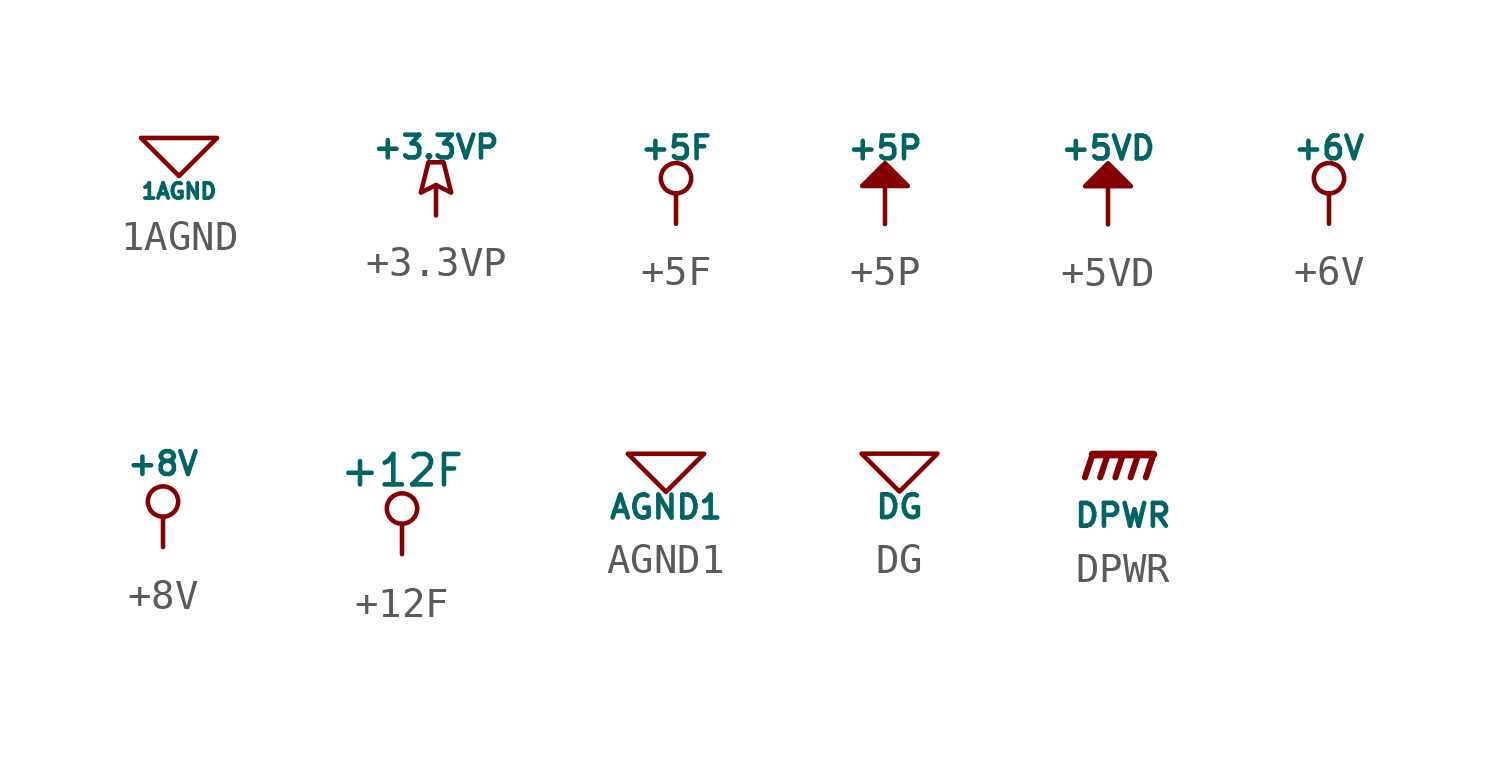
<source format=kicad_sym>
(kicad_symbol_lib
  (version 20211014)
  (generator kicad_symbol_editor)
  (symbol "1AGND"
    (pin_names
      (offset 0.254))
    (property "Reference" "#PWRA"
      (at 0 0 0)
      (effects (font (size 1.016 1.016)) hide))
    (property "Value" "1AGND"
      (at 0 -1.778 0)
      (effects (font (size 0.508 0.508))))
    (symbol "1AGND_0_1"
      (polyline (pts (xy -1.27 0) (xy 0 -1.27) (xy 1.27 0) (xy -1.27 0)) (stroke (width 0) (type default) (color 0 0 0 0)) (fill (type none))))
    (symbol "1AGND_1_1"
      (pin power_in line (at 0 0 90) (length 0) hide (name "1AGND" (effects (font (size 0.254 0.254)))) (number "1" (effects (font (size 0.254 0.254)))))))
  (symbol "+3.3VP"
    (power)
    (pin_names
      (offset 0))
    (property "Reference" "#PWR"
      (at 1.27 0.762 0)
      (effects (font (size 0.508 0.508)) hide))
    (property "Value" "+3.3VP"
      (at 0 2.286 0)
      (effects (font (size 0.762 0.762))))
    (symbol "+3.3VP_0_0"
      (pin power_in line (at 0 0 90) (length 0) hide (name "+3.3VP" (effects (font (size 0.508 0.508)))) (number "1" (effects (font (size 0.508 0.508))))))
    (symbol "+3.3VP_0_1"
      (polyline (pts (xy 0 0) (xy 0 1.016) (xy 0 1.016)) (stroke (width 0) (type default) (color 0 0 0 0)) (fill (type none)))
      (polyline (pts (xy 0.508 0.762) (xy 0 1.016) (xy -0.508 0.762) (xy -0.254 1.778) (xy 0.254 1.778) (xy 0.508 0.762) (xy 0.508 0.762)) (stroke (width 0) (type default) (color 0 0 0 0)) (fill (type none)))))
  (symbol "+5F"
    (power)
    (pin_names
      (offset 0))
    (property "Reference" "#PWR"
      (at 0 -1.27 0)
      (effects (font (size 0.508 0.508)) hide))
    (property "Value" "+5F"
      (at 0 2.54 0)
      (effects (font (size 0.762 0.762))))
    (symbol "+5F_0_0"
      (pin power_in line (at 0 0 90) (length 0) hide (name "+5F" (effects (font (size 0.762 0.762)))) (number "1" (effects (font (size 0.508 0.508))))))
    (symbol "+5F_0_1"
      (polyline (pts (xy 0 0) (xy 0 1.016) (xy 0 1.016)) (stroke (width 0) (type default) (color 0 0 0 0)) (fill (type none)))
      (circle (center 0 1.524) (radius 0.508) (stroke (width 0) (type default) (color 0 0 0 0)) (fill (type none)))))
  (symbol "+5P"
    (pin_names
      (offset 0))
    (property "Reference" "#PWR"
      (at 0 3.302 0)
      (effects (font (size 0.508 0.508)) hide))
    (property "Value" "+5P"
      (at 0 2.54 0)
      (effects (font (size 0.762 0.762))))
    (symbol "+5P_0_0"
      (pin power_in line (at 0 0 90) (length 0) hide (name "+5P" (effects (font (size 0.508 0.508)))) (number "1" (effects (font (size 0.508 0.508))))))
    (symbol "+5P_0_1"
      (polyline (pts (xy 0 0) (xy 0 1.27) (xy 0 1.27)) (stroke (width 0) (type default) (color 0 0 0 0)) (fill (type none)))
      (polyline (pts (xy 0 2.032) (xy 0.762 1.27) (xy -0.508 1.27) (xy -0.762 1.27) (xy 0 2.032) (xy 0 2.032) (xy 0 2.032)) (stroke (width 0) (type default) (color 0 0 0 0)) (fill (type outline)))))
  (symbol "+5VD"
    (power)
    (pin_numbers hide)
    (pin_names
      (offset 0))
    (property "Reference" "#PWR"
      (at 0 -1.27 0)
      (effects (font (size 0.508 0.508)) hide))
    (property "Value" "+5VD"
      (at 0 2.54 0)
      (effects (font (size 0.762 0.762))))
    (symbol "+5VD_0_0"
      (pin power_in line (at 0 0 90) (length 0) hide (name "+5VD" (effects (font (size 0.762 0.762)))) (number "1" (effects (font (size 0.508 0.508))))))
    (symbol "+5VD_0_1"
      (polyline (pts (xy 0 0) (xy 0 1.27) (xy 0 1.27)) (stroke (width 0) (type default) (color 0 0 0 0)) (fill (type none)))
      (polyline (pts (xy 0 2.032) (xy 0.762 1.27) (xy -0.508 1.27) (xy -0.762 1.27) (xy 0 2.032) (xy 0 2.032) (xy 0 2.032)) (stroke (width 0) (type default) (color 0 0 0 0)) (fill (type outline)))))
  (symbol "+6V"
    (pin_names
      (offset 0))
    (property "Reference" "#PWR"
      (at 0 3.302 0)
      (effects (font (size 0.508 0.508)) hide))
    (property "Value" "+6V"
      (at 0 2.54 0)
      (effects (font (size 0.762 0.762))))
    (symbol "+6V_0_0"
      (pin power_in line (at 0 0 90) (length 0) hide (name "+6V" (effects (font (size 0.508 0.508)))) (number "1" (effects (font (size 0.508 0.508))))))
    (symbol "+6V_0_1"
      (polyline (pts (xy 0 0) (xy 0 1.016) (xy 0 1.016)) (stroke (width 0) (type default) (color 0 0 0 0)) (fill (type none)))
      (circle (center 0 1.524) (radius 0.508) (stroke (width 0) (type default) (color 0 0 0 0)) (fill (type none)))))
  (symbol "+8V"
    (power)
    (pin_names
      (offset 0))
    (property "Reference" "#PWR"
      (at 0 -0.762 0)
      (effects (font (size 0.508 0.508)) hide))
    (property "Value" "+8V"
      (at 0 2.794 0)
      (effects (font (size 0.762 0.762))))
    (symbol "+8V_0_0"
      (pin power_in line (at 0 0 90) (length 0) hide (name "+8V" (effects (font (size 0.508 0.508)))) (number "1" (effects (font (size 0.254 0.254))))))
    (symbol "+8V_0_1"
      (polyline (pts (xy 0 0) (xy 0 1.016) (xy 0 1.016)) (stroke (width 0) (type default) (color 0 0 0 0)) (fill (type none)))
      (circle (center 0 1.524) (radius 0.508) (stroke (width 0) (type default) (color 0 0 0 0)) (fill (type none)))))
  (symbol "+12F"
    (power)
    (pin_numbers hide)
    (pin_names
      (offset 0))
    (property "Reference" "#PWR"
      (at 0 -0.762 0)
      (effects (font (size 0.762 0.762)) hide))
    (property "Value" "+12F"
      (at 0 2.794 0)
      (effects (font (size 1.016 1.016))))
    (symbol "+12F_0_0"
      (pin power_in line (at 0 0 90) (length 0) hide (name "+12F" (effects (font (size 0.762 0.762)))) (number "1" (effects (font (size 0.762 0.762))))))
    (symbol "+12F_0_1"
      (polyline (pts (xy 0 0) (xy 0 1.016) (xy 0 1.016)) (stroke (width 0) (type default) (color 0 0 0 0)) (fill (type none)))
      (circle (center 0 1.524) (radius 0.508) (stroke (width 0) (type default) (color 0 0 0 0)) (fill (type none)))))
  (symbol "AGND1"
    (pin_names
      (offset 1.016))
    (property "Reference" "#PWRA"
      (at 0 0 0)
      (effects (font (size 1.016 1.016)) hide))
    (property "Value" "AGND1"
      (at 0 -1.778 0)
      (effects (font (size 0.762 0.762))))
    (symbol "AGND1_0_1"
      (polyline (pts (xy -1.27 0) (xy 0 -1.27) (xy 1.27 0) (xy -1.27 0)) (stroke (width 0) (type default) (color 0 0 0 0)) (fill (type none))))
    (symbol "AGND1_1_1"
      (pin power_in line (at 0 0 90) (length 0) hide (name "AGND" (effects (font (size 1.016 1.016)))) (number "1" (effects (font (size 1.016 1.016)))))))
  (symbol "DG"
    (power)
    (pin_names
      (offset 0))
    (property "Reference" "#1DPWR"
      (at 0 0 0)
      (effects (font (size 0.762 0.762)) hide))
    (property "Value" "DG"
      (at 0 -1.778 0)
      (effects (font (size 0.762 0.762))))
    (symbol "DG_0_1"
      (polyline (pts (xy -1.27 0) (xy 0 -1.27) (xy 1.27 0) (xy -1.27 0)) (stroke (width 0) (type default) (color 0 0 0 0)) (fill (type none))))
    (symbol "DG_1_1"
      (pin power_in line (at 0 0 90) (length 0) hide (name "GND" (effects (font (size 0.762 0.762)))) (number "1" (effects (font (size 0.762 0.762)))))))
  (symbol "DPWR"
    (power)
    (pin_numbers hide)
    (pin_names
      (offset 0) hide)
    (property "Reference" "#DPWR"
      (at 0 1.27 0)
      (effects (font (size 1.016 1.016)) hide))
    (property "Value" "DPWR"
      (at 0 -2.032 0)
      (effects (font (size 0.762 0.762))))
    (symbol "DPWR_0_1"
      (polyline (pts (xy -1.016 0) (xy -1.27 -0.762) (xy -1.27 -0.762)) (stroke (width 0.203) (type default) (color 0 0 0 0)) (fill (type none)))
      (polyline (pts (xy -0.508 0) (xy -0.762 -0.762) (xy -0.762 -0.762)) (stroke (width 0.203) (type default) (color 0 0 0 0)) (fill (type none)))
      (polyline (pts (xy 0 0) (xy -0.254 -0.762) (xy -0.254 -0.762)) (stroke (width 0.203) (type default) (color 0 0 0 0)) (fill (type none)))
      (polyline (pts (xy 0.508 0) (xy 0.254 -0.762) (xy 0.254 -0.762)) (stroke (width 0.203) (type default) (color 0 0 0 0)) (fill (type none)))
      (polyline (pts (xy 1.016 0) (xy -1.016 0) (xy -1.016 0)) (stroke (width 0.254) (type default) (color 0 0 0 0)) (fill (type none)))
      (polyline (pts (xy 1.016 0) (xy 0.762 -0.762) (xy 0.762 -0.762) (xy 0.762 -0.762)) (stroke (width 0.203) (type default) (color 0 0 0 0)) (fill (type none))))
    (symbol "DPWR_1_1"
      (pin power_in line (at 0 0 90) (length 0) hide (name "GNDPWR" (effects (font (size 1.016 1.016)))) (number "1" (effects (font (size 1.016 1.016))))))))
</source>
